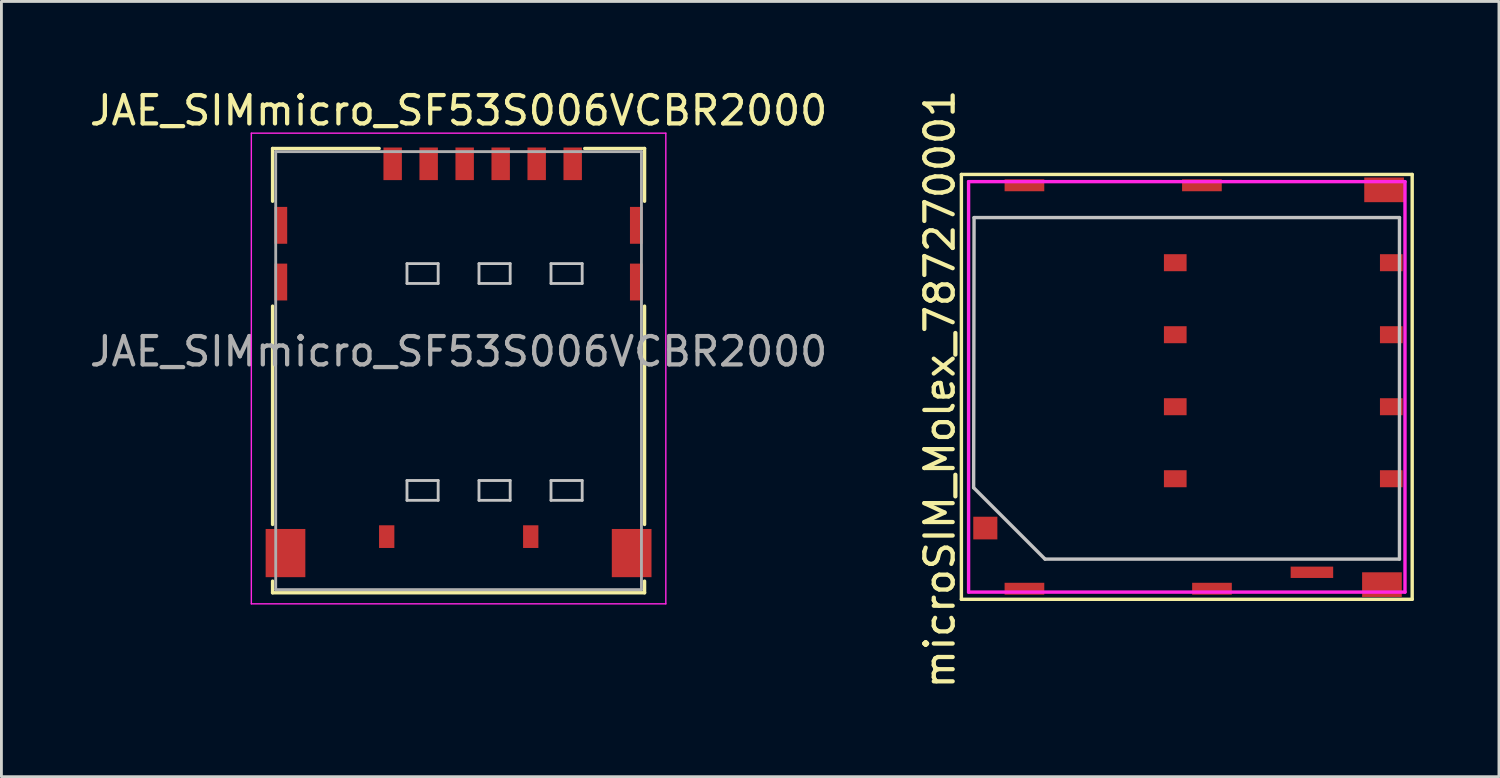
<source format=kicad_pcb>
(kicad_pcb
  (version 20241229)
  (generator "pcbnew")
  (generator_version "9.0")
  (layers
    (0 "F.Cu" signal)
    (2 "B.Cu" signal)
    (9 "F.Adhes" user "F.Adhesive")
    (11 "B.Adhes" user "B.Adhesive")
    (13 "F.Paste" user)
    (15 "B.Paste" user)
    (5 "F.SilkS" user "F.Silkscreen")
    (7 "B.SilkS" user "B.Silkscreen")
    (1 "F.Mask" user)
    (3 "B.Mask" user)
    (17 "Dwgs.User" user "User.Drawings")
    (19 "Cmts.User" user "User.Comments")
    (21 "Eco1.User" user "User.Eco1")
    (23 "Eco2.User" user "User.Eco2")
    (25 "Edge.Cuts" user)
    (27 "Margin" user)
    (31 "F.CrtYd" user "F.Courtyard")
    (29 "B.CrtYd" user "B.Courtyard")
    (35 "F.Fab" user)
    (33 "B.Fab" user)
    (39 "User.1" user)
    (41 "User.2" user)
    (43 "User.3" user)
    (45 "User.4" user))
  (footprint "microSIM_Molex_787270001"
    (layer "F.Cu")
    (at 38.404 10.596)
    (property "Reference" "microSIM_Molex_787270001" (at -8.306 0.076 90) (layer "F.SilkS") (effects (font (size 1 1) (thickness 0.15))))
    (attr smd)
    (fp_line (start -7.544 -7.493) (end 8.357 -7.493) (stroke (width 0.12) (type solid)) (layer "F.SilkS"))
    (fp_line (start -7.544 7.493) (end -7.544 -7.493) (stroke (width 0.12) (type solid)) (layer "F.SilkS"))
    (fp_line (start 8.357 -7.493) (end 8.357 7.493) (stroke (width 0.12) (type solid)) (layer "F.SilkS"))
    (fp_line (start 8.357 7.493) (end -7.544 7.493) (stroke (width 0.12) (type solid)) (layer "F.SilkS"))
    (fp_line (start -7.112 3.556) (end -4.593 6.075) (stroke (width 0.12) (type solid)) (layer "Dwgs.User"))
    (fp_line (start -7.097 -5.971) (end -7.112 3.556) (stroke (width 0.12) (type solid)) (layer "Dwgs.User"))
    (fp_line (start 7.908 -5.971) (end -7.097 -5.971) (stroke (width 0.12) (type solid)) (layer "Dwgs.User"))
    (fp_line (start 7.908 6.075) (end -4.593 6.075) (stroke (width 0.12) (type solid)) (layer "Dwgs.User"))
    (fp_line (start 7.908 6.075) (end 7.908 -5.971) (stroke (width 0.12) (type solid)) (layer "Dwgs.User"))
    (fp_line (start -7.29 -7.239) (end 8.103 -7.239) (stroke (width 0.12) (type solid)) (layer "F.CrtYd"))
    (fp_line (start -7.29 7.239) (end -7.29 -7.239) (stroke (width 0.12) (type solid)) (layer "F.CrtYd"))
    (fp_line (start 8.103 -7.239) (end 8.103 7.239) (stroke (width 0.12) (type solid)) (layer "F.CrtYd"))
    (fp_line (start 8.103 7.239) (end -7.29 7.239) (stroke (width 0.12) (type solid)) (layer "F.CrtYd"))
    (pad "1" smd rect (at 7.62 -4.38) (size 0.8 0.6) (layers "F.Cu" "F.Mask" "F.Paste"))
    (pad "2" smd rect (at 7.62 -1.84) (size 0.8 0.6) (layers "F.Cu" "F.Mask" "F.Paste"))
    (pad "3" smd rect (at 7.62 0.7) (size 0.8 0.6) (layers "F.Cu" "F.Mask" "F.Paste"))
    (pad "4" smd rect (at 7.62 3.24) (size 0.8 0.6) (layers "F.Cu" "F.Mask" "F.Paste"))
    (pad "5" smd rect (at 0 -4.38) (size 0.8 0.6) (layers "F.Cu" "F.Mask" "F.Paste"))
    (pad "6" smd rect (at 0 -1.84) (size 0.8 0.6) (layers "F.Cu" "F.Mask" "F.Paste"))
    (pad "7" smd rect (at 0 0.7) (size 0.8 0.6) (layers "F.Cu" "F.Mask" "F.Paste"))
    (pad "8" smd rect (at -5.32 -7.11) (size 1.4 0.42) (layers "F.Cu" "F.Mask" "F.Paste"))
    (pad "8" smd rect (at -5.32 7.12) (size 1.4 0.42) (layers "F.Cu" "F.Mask" "F.Paste"))
    (pad "8" smd rect (at 0 3.24) (size 0.8 0.6) (layers "F.Cu" "F.Mask" "F.Paste"))
    (pad "8" smd rect (at 0.94 -7.11) (size 1.4 0.42) (layers "F.Cu" "F.Mask" "F.Paste"))
    (pad "8" smd rect (at 1.295 7.12) (size 1.4 0.42) (layers "F.Cu" "F.Mask" "F.Paste"))
    (pad "8" smd rect (at 7.29 6.975) (size 1.4 0.87) (layers "F.Cu" "F.Mask" "F.Paste"))
    (pad "8" smd rect (at 7.366 -6.95) (size 1.4 0.87) (layers "F.Cu" "F.Mask" "F.Paste"))
    (pad "9" smd rect (at -6.7 4.98) (size 0.85 0.8) (layers "F.Cu" "F.Mask" "F.Paste"))
    (pad "10" smd rect (at 4.82 6.54) (size 1.5 0.4) (layers "F.Cu" "F.Mask" "F.Paste")))
  (footprint "JAE_SIMmicro_SF53S006VCBR2000"
    (layer "F.Cu")
    (at 13.125 9.348)
    (property "Reference" "JAE_SIMmicro_SF53S006VCBR2000" (at 0 -8.5 0) (layer "F.SilkS") (effects (font (size 1 1) (thickness 0.15))))
    (attr smd)
    (fp_line (start -6.56 -7.16) (end -2.8 -7.16) (stroke (width 0.12) (type solid)) (layer "F.SilkS"))
    (fp_line (start -6.56 -5.3) (end -6.56 -7.16) (stroke (width 0.12) (type solid)) (layer "F.SilkS"))
    (fp_line (start -6.56 6.1) (end -6.56 -1.6) (stroke (width 0.12) (type solid)) (layer "F.SilkS"))
    (fp_line (start -6.56 8.1) (end -6.56 8.51) (stroke (width 0.12) (type solid)) (layer "F.SilkS"))
    (fp_line (start -6.56 8.51) (end 6.56 8.51) (stroke (width 0.12) (type solid)) (layer "F.SilkS"))
    (fp_line (start 4.45 -7.16) (end 6.56 -7.16) (stroke (width 0.12) (type solid)) (layer "F.SilkS"))
    (fp_line (start 6.56 -5.3) (end 6.56 -7.16) (stroke (width 0.12) (type solid)) (layer "F.SilkS"))
    (fp_line (start 6.56 6.1) (end 6.56 -1.6) (stroke (width 0.12) (type solid)) (layer "F.SilkS"))
    (fp_line (start 6.56 8.1) (end 6.56 8.51) (stroke (width 0.12) (type solid)) (layer "F.SilkS"))
    (fp_line (start -1.82 -3.1) (end -1.82 -2.4) (stroke (width 0.1) (type solid)) (layer "Dwgs.User"))
    (fp_line (start -1.82 -3.1) (end -0.72 -3.1) (stroke (width 0.1) (type solid)) (layer "Dwgs.User"))
    (fp_line (start -1.82 -2.4) (end -0.72 -2.4) (stroke (width 0.1) (type solid)) (layer "Dwgs.User"))
    (fp_line (start -1.82 4.55) (end -1.82 5.25) (stroke (width 0.1) (type solid)) (layer "Dwgs.User"))
    (fp_line (start -1.82 4.55) (end -0.72 4.55) (stroke (width 0.1) (type solid)) (layer "Dwgs.User"))
    (fp_line (start -1.82 5.25) (end -0.72 5.25) (stroke (width 0.1) (type solid)) (layer "Dwgs.User"))
    (fp_line (start -0.72 -3.1) (end -0.72 -2.4) (stroke (width 0.1) (type solid)) (layer "Dwgs.User"))
    (fp_line (start -0.72 4.55) (end -0.72 5.25) (stroke (width 0.1) (type solid)) (layer "Dwgs.User"))
    (fp_line (start 0.72 -3.1) (end 0.72 -2.4) (stroke (width 0.1) (type solid)) (layer "Dwgs.User"))
    (fp_line (start 0.72 -3.1) (end 1.82 -3.1) (stroke (width 0.1) (type solid)) (layer "Dwgs.User"))
    (fp_line (start 0.72 -2.4) (end 1.82 -2.4) (stroke (width 0.1) (type solid)) (layer "Dwgs.User"))
    (fp_line (start 0.72 4.55) (end 0.72 5.25) (stroke (width 0.1) (type solid)) (layer "Dwgs.User"))
    (fp_line (start 0.72 4.55) (end 1.82 4.55) (stroke (width 0.1) (type solid)) (layer "Dwgs.User"))
    (fp_line (start 0.72 5.25) (end 1.82 5.25) (stroke (width 0.1) (type solid)) (layer "Dwgs.User"))
    (fp_line (start 1.82 -3.1) (end 1.82 -2.4) (stroke (width 0.1) (type solid)) (layer "Dwgs.User"))
    (fp_line (start 1.82 4.55) (end 1.82 5.25) (stroke (width 0.1) (type solid)) (layer "Dwgs.User"))
    (fp_line (start 3.26 -3.1) (end 3.26 -2.4) (stroke (width 0.1) (type solid)) (layer "Dwgs.User"))
    (fp_line (start 3.26 -3.1) (end 4.36 -3.1) (stroke (width 0.1) (type solid)) (layer "Dwgs.User"))
    (fp_line (start 3.26 -2.4) (end 4.36 -2.4) (stroke (width 0.1) (type solid)) (layer "Dwgs.User"))
    (fp_line (start 3.26 4.55) (end 3.26 5.25) (stroke (width 0.1) (type solid)) (layer "Dwgs.User"))
    (fp_line (start 3.26 4.55) (end 4.36 4.55) (stroke (width 0.1) (type solid)) (layer "Dwgs.User"))
    (fp_line (start 3.26 5.25) (end 4.36 5.25) (stroke (width 0.1) (type solid)) (layer "Dwgs.User"))
    (fp_line (start 4.36 -3.1) (end 4.36 -2.4) (stroke (width 0.1) (type solid)) (layer "Dwgs.User"))
    (fp_line (start 4.36 4.55) (end 4.36 5.25) (stroke (width 0.1) (type solid)) (layer "Dwgs.User"))
    (fp_line (start -7.31 -7.7) (end -7.31 8.9) (stroke (width 0.05) (type solid)) (layer "F.CrtYd"))
    (fp_line (start -7.31 -7.7) (end 7.31 -7.7) (stroke (width 0.05) (type solid)) (layer "F.CrtYd"))
    (fp_line (start -7.31 8.9) (end 7.31 8.9) (stroke (width 0.05) (type solid)) (layer "F.CrtYd"))
    (fp_line (start 7.31 -7.7) (end 7.31 8.9) (stroke (width 0.05) (type solid)) (layer "F.CrtYd"))
    (fp_line (start -6.45 -7.05) (end -6.45 8.4) (stroke (width 0.1) (type solid)) (layer "F.Fab"))
    (fp_line (start -6.45 -7.05) (end 6.45 -7.05) (stroke (width 0.1) (type solid)) (layer "F.Fab"))
    (fp_line (start -6.45 8.4) (end 6.45 8.4) (stroke (width 0.1) (type solid)) (layer "F.Fab"))
    (fp_line (start 6.45 -7.05) (end 6.45 8.4) (stroke (width 0.1) (type solid)) (layer "F.Fab"))
    (fp_text user "${REFERENCE}" (at 0 0 0) (layer "F.Fab") (effects (font (size 1 1) (thickness 0.15))))
    (pad "1" smd rect (at 2.755 -6.62) (size 0.65 1.15) (layers "F.Cu" "F.Mask" "F.Paste"))
    (pad "2" smd rect (at 0.215 -6.62) (size 0.65 1.15) (layers "F.Cu" "F.Mask" "F.Paste"))
    (pad "3" smd rect (at -2.325 -6.62) (size 0.65 1.15) (layers "F.Cu" "F.Mask" "F.Paste"))
    (pad "5" smd rect (at 4.025 -6.62) (size 0.65 1.15) (layers "F.Cu" "F.Mask" "F.Paste"))
    (pad "6" smd rect (at 1.485 -6.62) (size 0.65 1.15) (layers "F.Cu" "F.Mask" "F.Paste"))
    (pad "7" smd rect (at -1.055 -6.62) (size 0.65 1.15) (layers "F.Cu" "F.Mask" "F.Paste"))
    (pad "SH" smd rect (at -6.27 -4.45) (size 0.45 1.3) (layers "F.Cu" "F.Mask" "F.Paste"))
    (pad "SH" smd rect (at -6.27 -2.45) (size 0.45 1.3) (layers "F.Cu" "F.Mask" "F.Paste"))
    (pad "SH" smd rect (at -6.105 7.11) (size 1.4 1.7) (layers "F.Cu" "F.Mask" "F.Paste"))
    (pad "SH" smd rect (at -2.535 6.53) (size 0.54 0.8) (layers "F.Cu" "F.Mask" "F.Paste"))
    (pad "SH" smd rect (at 2.545 6.53) (size 0.54 0.8) (layers "F.Cu" "F.Mask" "F.Paste"))
    (pad "SH" smd rect (at 6.105 7.11) (size 1.4 1.7) (layers "F.Cu" "F.Mask" "F.Paste"))
    (pad "SH" smd rect (at 6.27 -4.45) (size 0.45 1.3) (layers "F.Cu" "F.Mask" "F.Paste"))
    (pad "SH" smd rect (at 6.27 -2.45) (size 0.45 1.3) (layers "F.Cu" "F.Mask" "F.Paste")))
  (gr_rect
    (start -3 -3)
    (end 49.821 24.345)
    (stroke (width 0.1) (type default))
    (fill no)
    (layer "Edge.Cuts")))
</source>
